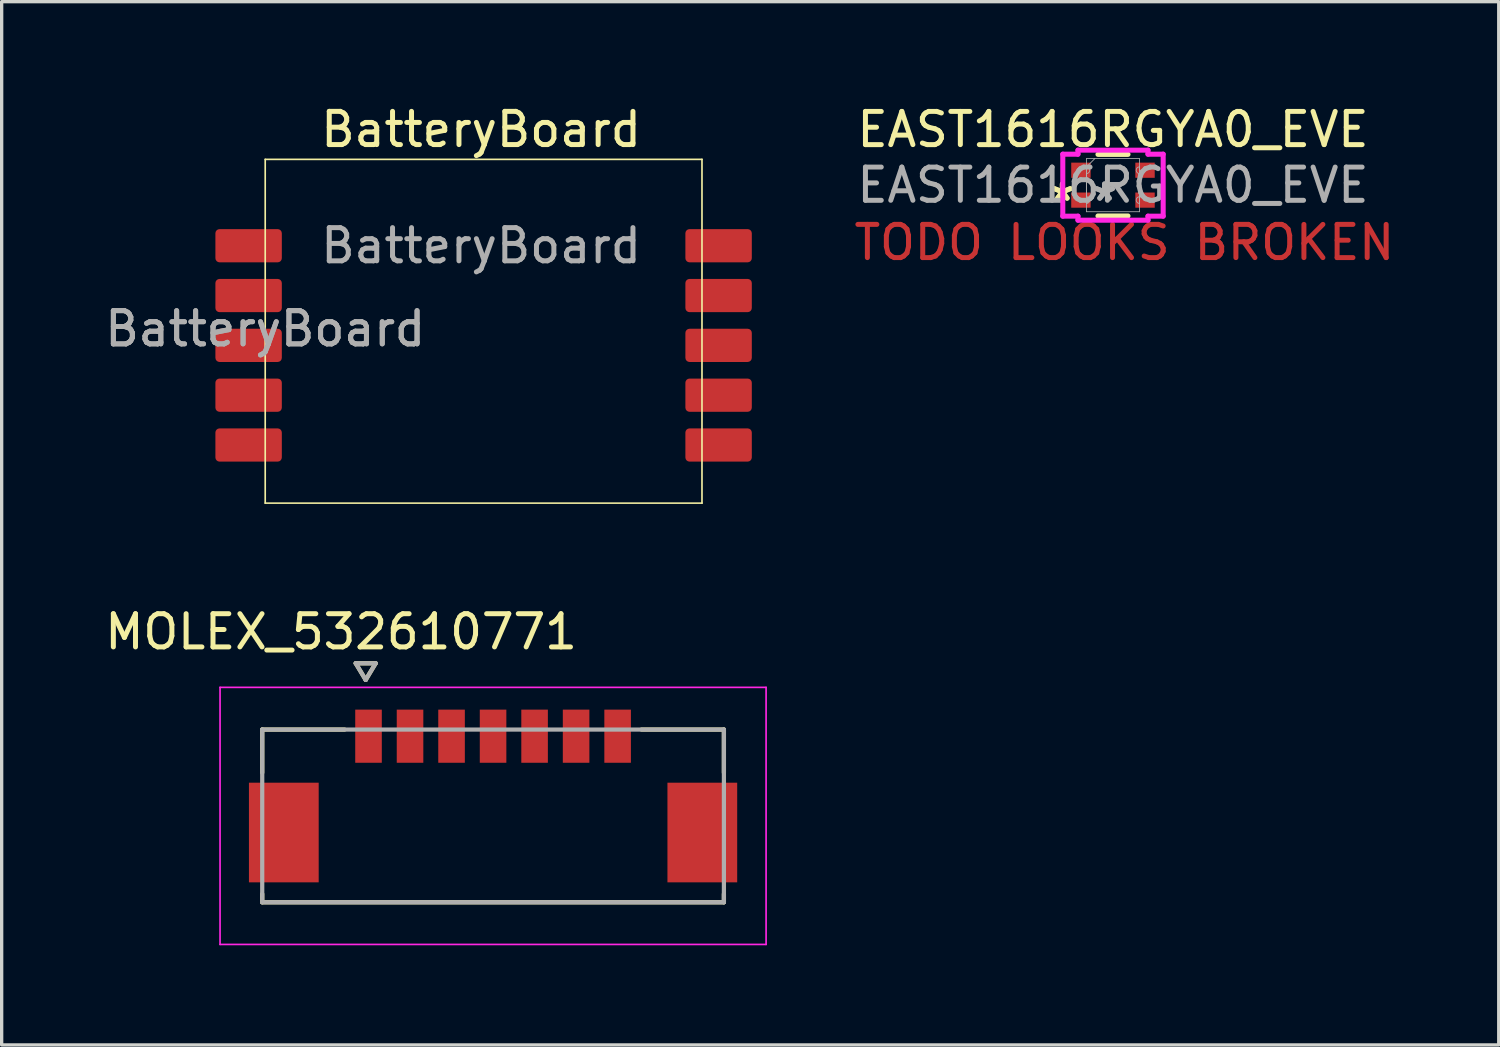
<source format=kicad_pcb>
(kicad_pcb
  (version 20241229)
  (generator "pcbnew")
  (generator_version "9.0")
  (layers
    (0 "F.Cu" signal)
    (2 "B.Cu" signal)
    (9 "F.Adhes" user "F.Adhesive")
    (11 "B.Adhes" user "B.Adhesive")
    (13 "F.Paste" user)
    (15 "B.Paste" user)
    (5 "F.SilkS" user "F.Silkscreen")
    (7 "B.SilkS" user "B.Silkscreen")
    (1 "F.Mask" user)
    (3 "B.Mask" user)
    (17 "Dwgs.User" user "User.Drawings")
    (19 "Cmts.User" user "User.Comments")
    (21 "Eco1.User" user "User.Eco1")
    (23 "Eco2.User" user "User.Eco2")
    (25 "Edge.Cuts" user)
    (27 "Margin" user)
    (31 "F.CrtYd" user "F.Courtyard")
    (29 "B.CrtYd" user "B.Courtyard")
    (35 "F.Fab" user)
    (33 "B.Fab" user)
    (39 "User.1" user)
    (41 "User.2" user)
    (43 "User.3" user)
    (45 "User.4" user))
  (footprint "EAST1616RGYA0_EVE"
    (layer "F.Cu")
    (at 30.459 2.525)
    (property "Reference" "EAST1616RGYA0_EVE" (at 0 -1.676 0) (unlocked yes) (layer "F.SilkS") (effects (font (size 1 1) (thickness 0.15))))
    (attr smd)
    (fp_line (start -0.452 -0.927) (end 0.452 -0.927) (stroke (width 0.152) (type solid)) (layer "F.SilkS"))
    (fp_line (start -0.452 0.927) (end 0.452 0.927) (stroke (width 0.152) (type solid)) (layer "F.SilkS"))
    (fp_line (start -1.511 -0.933) (end -1.511 0.933) (stroke (width 0.152) (type solid)) (layer "F.CrtYd"))
    (fp_line (start -1.511 0.933) (end -1.054 0.933) (stroke (width 0.152) (type solid)) (layer "F.CrtYd"))
    (fp_line (start -1.054 -1.054) (end -1.054 -0.933) (stroke (width 0.152) (type solid)) (layer "F.CrtYd"))
    (fp_line (start -1.054 -0.933) (end -1.511 -0.933) (stroke (width 0.152) (type solid)) (layer "F.CrtYd"))
    (fp_line (start -1.054 0.933) (end -1.054 1.054) (stroke (width 0.152) (type solid)) (layer "F.CrtYd"))
    (fp_line (start -1.054 1.054) (end 1.054 1.054) (stroke (width 0.152) (type solid)) (layer "F.CrtYd"))
    (fp_line (start 1.054 -1.054) (end -1.054 -1.054) (stroke (width 0.152) (type solid)) (layer "F.CrtYd"))
    (fp_line (start 1.054 -0.933) (end 1.054 -1.054) (stroke (width 0.152) (type solid)) (layer "F.CrtYd"))
    (fp_line (start 1.054 0.933) (end 1.511 0.933) (stroke (width 0.152) (type solid)) (layer "F.CrtYd"))
    (fp_line (start 1.054 1.054) (end 1.054 0.933) (stroke (width 0.152) (type solid)) (layer "F.CrtYd"))
    (fp_line (start 1.511 -0.933) (end 1.054 -0.933) (stroke (width 0.152) (type solid)) (layer "F.CrtYd"))
    (fp_line (start 1.511 0.933) (end 1.511 -0.933) (stroke (width 0.152) (type solid)) (layer "F.CrtYd"))
    (fp_line (start -0.8 -0.8) (end 0.8 -0.8) (stroke (width 0.025) (type solid)) (layer "F.Fab"))
    (fp_line (start -0.8 -0.348) (end -0.8 0.8) (stroke (width 0.025) (type solid)) (layer "F.Fab"))
    (fp_line (start -0.8 0.348) (end -0.8 -0.8) (stroke (width 0.025) (type solid)) (layer "F.Fab"))
    (fp_line (start -0.8 0.552) (end -0.8 -0.552) (stroke (width 0.025) (type solid)) (layer "F.Fab"))
    (fp_line (start -0.8 0.8) (end 0.8 0.8) (stroke (width 0.025) (type solid)) (layer "F.Fab"))
    (fp_line (start -0.546 -0.8) (end -0.8 -0.546) (stroke (width 0.025) (type solid)) (layer "F.Fab"))
    (fp_line (start 0.8 -0.348) (end 0.8 0.8) (stroke (width 0.025) (type solid)) (layer "F.Fab"))
    (fp_line (start 0.8 0.348) (end 0.8 -0.8) (stroke (width 0.025) (type solid)) (layer "F.Fab"))
    (fp_line (start 0.8 0.552) (end 0.8 -0.552) (stroke (width 0.025) (type solid)) (layer "F.Fab"))
    (fp_arc (start -0.8001 -0.551561) (mid -0.6985 -0.449961) (end -0.8001 -0.348361) (stroke (width 0.0254) (type solid)) (layer "F.Fab"))
    (fp_arc (start -0.8001 0.348361) (mid -0.6985 0.449961) (end -0.8001 0.551561) (stroke (width 0.0254) (type solid)) (layer "F.Fab"))
    (fp_arc (start 0.8001 -0.348361) (mid 0.6985 -0.449961) (end 0.8001 -0.551561) (stroke (width 0.0254) (type solid)) (layer "F.Fab"))
    (fp_arc (start 0.8001 0.551561) (mid 0.6985 0.449961) (end 0.8001 0.348361) (stroke (width 0.0254) (type solid)) (layer "F.Fab"))
    (fp_text user "TODO LOOKS BROKEN" (at -7.874 2.311 0) (unlocked yes) (layer "F.Cu") (effects (font (size 1 1) (thickness 0.15)) (justify left bottom)))
    (fp_text user "*" (at -1.524 0.508 0) (unlocked yes) (layer "F.SilkS") (effects (font (size 1 1) (thickness 0.15))))
    (fp_text user "*" (at -1.524 0.508 0) (layer "F.SilkS") (effects (font (size 1 1) (thickness 0.15))))
    (fp_text user "*" (at -0.254 0.508 0) (layer "F.Fab") (effects (font (size 1 1) (thickness 0.15))))
    (fp_text user "*" (at -0.254 0.508 0) (unlocked yes) (layer "F.Fab") (effects (font (size 1 1) (thickness 0.15))))
    (fp_text user "${REFERENCE}" (at 0 0 0) (unlocked yes) (layer "F.Fab") (effects (font (size 1 1) (thickness 0.15))))
    (pad "1" smd rect (at -0.965 0.45) (size 0.584 0.457) (layers "F.Cu" "F.Mask" "F.Paste"))
    (pad "2" smd rect (at -0.965 -0.45) (size 0.584 0.457) (layers "F.Cu" "F.Mask" "F.Paste"))
    (pad "3" smd rect (at 0.965 -0.45) (size 0.584 0.457) (layers "F.Cu" "F.Mask" "F.Paste"))
    (pad "4" smd rect (at 0.965 0.45) (size 0.584 0.457) (layers "F.Cu" "F.Mask" "F.Paste")))
  (footprint "BatteryBoard"
    (layer "F.Cu")
    (at 11.435 1.848)
    (property "Reference" "BatteryBoard" (at 0 -1 0) (unlocked yes) (layer "F.SilkS") (effects (font (size 1 1) (thickness 0.15))))
    (attr smd)
    (fp_line (start -6.5 -0.1) (end 6.65 -0.1) (stroke (width 0.05) (type solid)) (layer "F.SilkS"))
    (fp_line (start -6.5 10.25) (end -6.5 -0.1) (stroke (width 0.05) (type solid)) (layer "F.SilkS"))
    (fp_line (start -6.5 10.25) (end 6.65 10.25) (stroke (width 0.05) (type solid)) (layer "F.SilkS"))
    (fp_line (start 6.65 -0.1) (end 6.65 10.25) (stroke (width 0.05) (type solid)) (layer "F.SilkS"))
    (fp_text user "${REFERENCE}" (at -6.5 5 0) (unlocked yes) (layer "F.Fab") (effects (font (size 1 1) (thickness 0.15))))
    (fp_text user "${REFERENCE}" (at 0 2.5 0) (unlocked yes) (layer "F.Fab") (effects (font (size 1 1) (thickness 0.15))))
    (fp_text user "${REFERENCE}" (at -6.5 5 0) (unlocked yes) (layer "F.Fab") (effects (font (size 1 1) (thickness 0.15))))
    (pad "1" smd roundrect (at -7 2.5) (size 2 1) (layers "F.Cu" "F.Mask" "F.Paste") (roundrect_rratio 0.125))
    (pad "2" smd roundrect (at -7 4) (size 2 1) (layers "F.Cu" "F.Mask" "F.Paste") (roundrect_rratio 0.125))
    (pad "3" smd roundrect (at -7 5.5) (size 2 1) (layers "F.Cu" "F.Mask" "F.Paste") (roundrect_rratio 0.125))
    (pad "4" smd roundrect (at -7 7) (size 2 1) (layers "F.Cu" "F.Mask" "F.Paste") (roundrect_rratio 0.125))
    (pad "5" smd roundrect (at -7 8.5) (size 2 1) (layers "F.Cu" "F.Mask" "F.Paste") (roundrect_rratio 0.125))
    (pad "6" smd roundrect (at 7.15 8.5) (size 2 1) (layers "F.Cu" "F.Mask" "F.Paste") (roundrect_rratio 0.125))
    (pad "7" smd roundrect (at 7.15 7) (size 2 1) (layers "F.Cu" "F.Mask" "F.Paste") (roundrect_rratio 0.125))
    (pad "8" smd roundrect (at 7.15 5.5) (size 2 1) (layers "F.Cu" "F.Mask" "F.Paste") (roundrect_rratio 0.125))
    (pad "9" smd roundrect (at 7.15 4) (size 2 1) (layers "F.Cu" "F.Mask" "F.Paste") (roundrect_rratio 0.125))
    (pad "10" smd roundrect (at 7.15 2.5) (size 2 1) (layers "F.Cu" "F.Mask" "F.Paste") (roundrect_rratio 0.125)))
  (footprint "MOLEX_532610771"
    (layer "F.Cu")
    (at 11.795 21.515)
    (property "Reference" "MOLEX_532610771" (at -4.575 -5.543 0) (layer "F.SilkS") (effects (font (size 1 1) (thickness 0.15))))
    (attr smd)
    (fp_poly (pts (xy -7.426 -1.076) (xy -5.174 -1.076) (xy -5.174 2.076) (xy -7.426 2.076)) (stroke (width 0.01) (type solid)) (fill yes) (layer "F.Mask"))
    (fp_poly (pts (xy -4.226 -3.276) (xy -3.274 -3.276) (xy -3.274 -1.524) (xy -4.226 -1.524)) (stroke (width 0.01) (type solid)) (fill yes) (layer "F.Mask"))
    (fp_poly (pts (xy -2.976 -3.276) (xy -2.024 -3.276) (xy -2.024 -1.524) (xy -2.976 -1.524)) (stroke (width 0.01) (type solid)) (fill yes) (layer "F.Mask"))
    (fp_poly (pts (xy -1.726 -3.276) (xy -0.774 -3.276) (xy -0.774 -1.524) (xy -1.726 -1.524)) (stroke (width 0.01) (type solid)) (fill yes) (layer "F.Mask"))
    (fp_poly (pts (xy -0.476 -3.276) (xy 0.476 -3.276) (xy 0.476 -1.524) (xy -0.476 -1.524)) (stroke (width 0.01) (type solid)) (fill yes) (layer "F.Mask"))
    (fp_poly (pts (xy 0.774 -3.276) (xy 1.726 -3.276) (xy 1.726 -1.524) (xy 0.774 -1.524)) (stroke (width 0.01) (type solid)) (fill yes) (layer "F.Mask"))
    (fp_poly (pts (xy 2.024 -3.276) (xy 2.976 -3.276) (xy 2.976 -1.524) (xy 2.024 -1.524)) (stroke (width 0.01) (type solid)) (fill yes) (layer "F.Mask"))
    (fp_poly (pts (xy 3.274 -3.276) (xy 4.226 -3.276) (xy 4.226 -1.524) (xy 3.274 -1.524)) (stroke (width 0.01) (type solid)) (fill yes) (layer "F.Mask"))
    (fp_poly (pts (xy 5.174 -1.076) (xy 7.426 -1.076) (xy 7.426 2.076) (xy 5.174 2.076)) (stroke (width 0.01) (type solid)) (fill yes) (layer "F.Mask"))
    (fp_line (start -6.95 -2.6) (end -4.47 -2.6) (stroke (width 0.127) (type solid)) (layer "F.SilkS"))
    (fp_line (start -6.95 -1.3) (end -6.95 -2.6) (stroke (width 0.127) (type solid)) (layer "F.SilkS"))
    (fp_line (start -6.95 2.6) (end -6.95 2.35) (stroke (width 0.127) (type solid)) (layer "F.SilkS"))
    (fp_line (start -6.95 2.6) (end 6.95 2.6) (stroke (width 0.127) (type solid)) (layer "F.SilkS"))
    (fp_line (start -4.135 -4.595) (end -3.535 -4.595) (stroke (width 0.127) (type solid)) (layer "F.SilkS"))
    (fp_line (start -3.835 -4.095) (end -4.135 -4.595) (stroke (width 0.127) (type solid)) (layer "F.SilkS"))
    (fp_line (start -3.535 -4.595) (end -3.835 -4.095) (stroke (width 0.127) (type solid)) (layer "F.SilkS"))
    (fp_line (start 4.47 -2.6) (end 6.95 -2.6) (stroke (width 0.127) (type solid)) (layer "F.SilkS"))
    (fp_line (start 6.95 -2.6) (end 6.95 -1.3) (stroke (width 0.127) (type solid)) (layer "F.SilkS"))
    (fp_line (start 6.95 2.6) (end 6.95 2.35) (stroke (width 0.127) (type solid)) (layer "F.SilkS"))
    (fp_line (start -8.22 3.87) (end -8.22 -3.87) (stroke (width 0.05) (type solid)) (layer "F.CrtYd"))
    (fp_line (start 8.22 -3.87) (end -8.22 -3.87) (stroke (width 0.05) (type solid)) (layer "F.CrtYd"))
    (fp_line (start 8.22 -3.87) (end 8.22 3.87) (stroke (width 0.05) (type solid)) (layer "F.CrtYd"))
    (fp_line (start 8.22 3.87) (end -8.22 3.87) (stroke (width 0.05) (type solid)) (layer "F.CrtYd"))
    (fp_line (start -6.95 -2.6) (end 6.95 -2.6) (stroke (width 0.127) (type solid)) (layer "F.Fab"))
    (fp_line (start -6.95 2.6) (end -6.95 -2.6) (stroke (width 0.127) (type solid)) (layer "F.Fab"))
    (fp_line (start -4.135 -4.595) (end -3.535 -4.595) (stroke (width 0.127) (type solid)) (layer "F.Fab"))
    (fp_line (start -3.835 -4.095) (end -4.135 -4.595) (stroke (width 0.127) (type solid)) (layer "F.Fab"))
    (fp_line (start -3.535 -4.595) (end -3.835 -4.095) (stroke (width 0.127) (type solid)) (layer "F.Fab"))
    (fp_line (start 6.95 -2.6) (end 6.95 2.6) (stroke (width 0.127) (type solid)) (layer "F.Fab"))
    (fp_line (start 6.95 2.6) (end -6.95 2.6) (stroke (width 0.127) (type solid)) (layer "F.Fab"))
    (pad "" smd rect (at -6.3 0.5) (size 2.1 3) (layers "F.Cu" "F.Paste"))
    (pad "" smd rect (at 6.3 0.5) (size 2.1 3) (layers "F.Cu" "F.Paste"))
    (pad "1" smd rect (at -3.75 -2.4) (size 0.8 1.6) (layers "F.Cu" "F.Paste"))
    (pad "2" smd rect (at -2.5 -2.4) (size 0.8 1.6) (layers "F.Cu" "F.Paste"))
    (pad "3" smd rect (at -1.25 -2.4) (size 0.8 1.6) (layers "F.Cu" "F.Paste"))
    (pad "4" smd rect (at 0 -2.4) (size 0.8 1.6) (layers "F.Cu" "F.Paste"))
    (pad "5" smd rect (at 1.25 -2.4) (size 0.8 1.6) (layers "F.Cu" "F.Paste"))
    (pad "6" smd rect (at 2.5 -2.4) (size 0.8 1.6) (layers "F.Cu" "F.Paste"))
    (pad "7" smd rect (at 3.75 -2.4) (size 0.8 1.6) (layers "F.Cu" "F.Paste")))
  (gr_rect
    (start -3 -3)
    (end 42.073 28.41)
    (stroke (width 0.1) (type default))
    (fill no)
    (layer "Edge.Cuts")))
</source>
